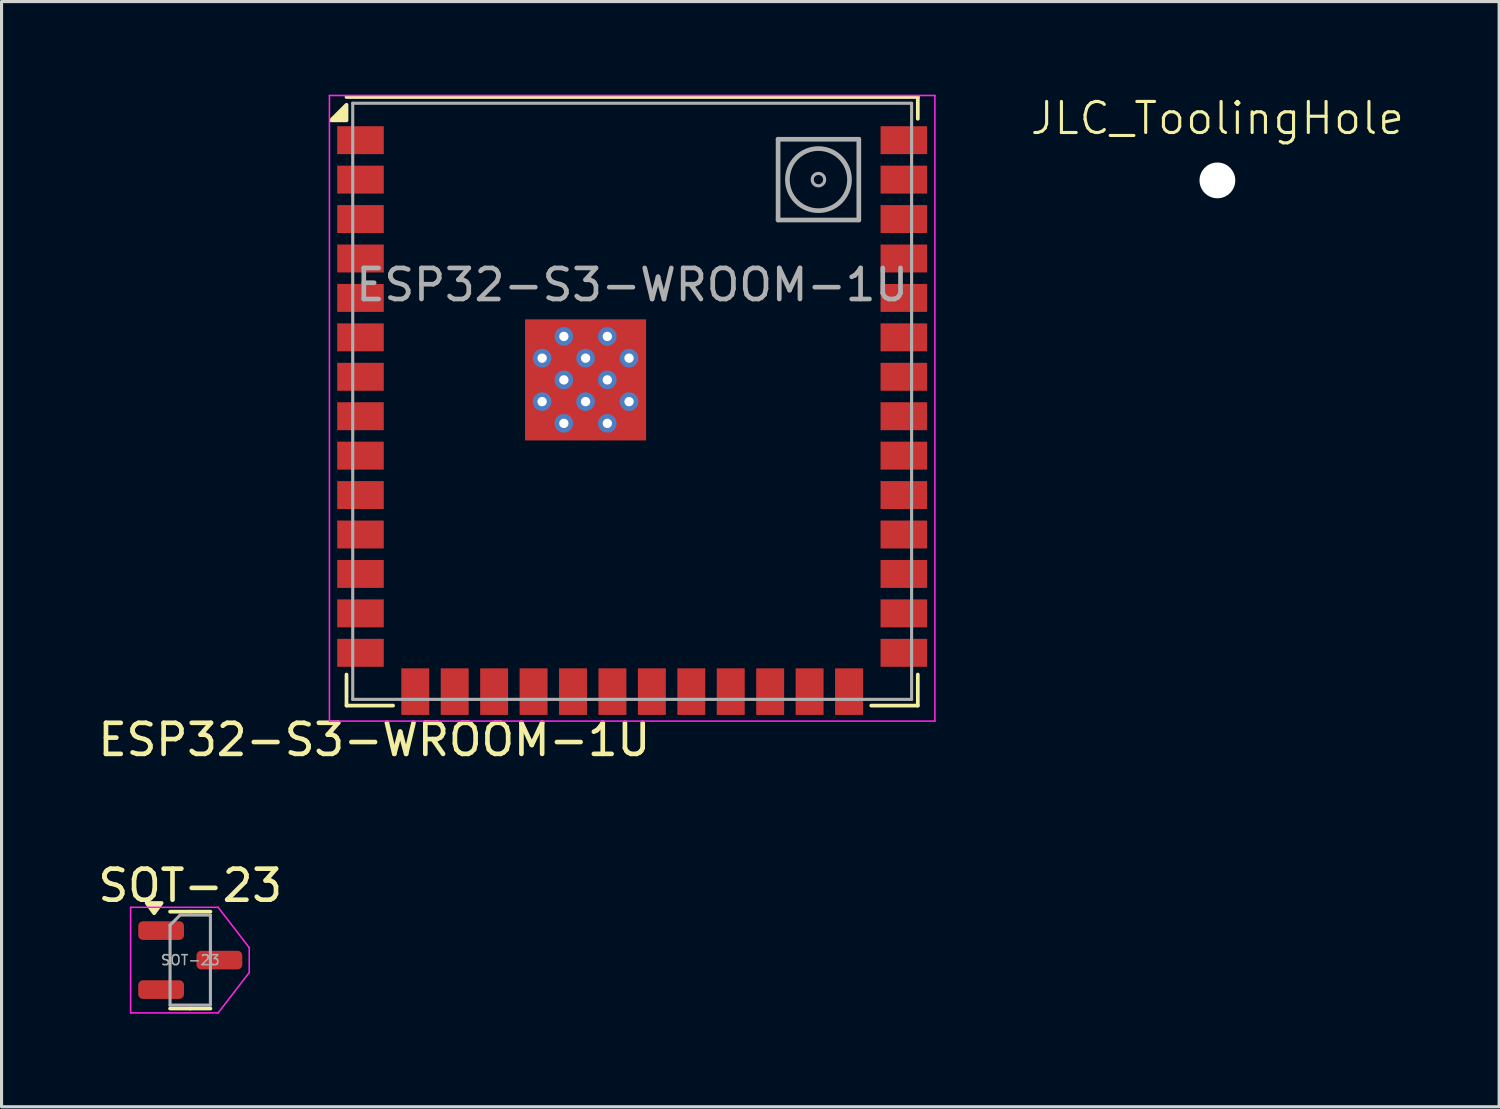
<source format=kicad_pcb>
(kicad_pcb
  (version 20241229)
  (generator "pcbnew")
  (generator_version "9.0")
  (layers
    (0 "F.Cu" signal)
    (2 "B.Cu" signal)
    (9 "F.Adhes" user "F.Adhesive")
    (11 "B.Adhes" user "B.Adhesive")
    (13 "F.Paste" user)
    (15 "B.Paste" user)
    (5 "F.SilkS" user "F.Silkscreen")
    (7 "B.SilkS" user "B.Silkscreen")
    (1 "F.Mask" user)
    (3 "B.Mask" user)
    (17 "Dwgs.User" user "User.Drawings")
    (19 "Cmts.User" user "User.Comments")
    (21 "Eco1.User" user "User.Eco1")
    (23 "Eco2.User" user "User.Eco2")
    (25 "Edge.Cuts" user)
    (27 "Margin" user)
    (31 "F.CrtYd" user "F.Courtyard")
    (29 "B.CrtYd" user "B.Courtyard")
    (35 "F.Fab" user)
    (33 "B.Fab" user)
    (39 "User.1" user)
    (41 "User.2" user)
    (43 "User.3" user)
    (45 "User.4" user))
  (footprint "SOT-23"
    (layer "F.Cu")
    (at 3.077 27.872)
    (property "Reference" "SOT-23" (at 0 -2.4 0) (layer "F.SilkS") (effects (font (size 1 1) (thickness 0.15))))
    (attr smd)
    (fp_line (start 0 -1.56) (end -0.65 -1.56) (stroke (width 0.12) (type solid)) (layer "F.SilkS"))
    (fp_line (start 0 -1.56) (end 0.65 -1.56) (stroke (width 0.12) (type solid)) (layer "F.SilkS"))
    (fp_line (start 0 1.56) (end -0.65 1.56) (stroke (width 0.12) (type solid)) (layer "F.SilkS"))
    (fp_line (start 0 1.56) (end 0.65 1.56) (stroke (width 0.12) (type solid)) (layer "F.SilkS"))
    (fp_poly (pts (xy -1.163 -1.51) (xy -1.403 -1.84) (xy -0.922 -1.84) (xy -1.163 -1.51)) (stroke (width 0.12) (type solid)) (fill yes) (layer "F.SilkS"))
    (fp_line (start -1.92 -1.7) (end -1.92 1.7) (stroke (width 0.05) (type solid)) (layer "F.CrtYd"))
    (fp_line (start -1.92 1.7) (end 0.9 1.7) (stroke (width 0.05) (type solid)) (layer "F.CrtYd"))
    (fp_line (start 0.9 -1.7) (end -1.92 -1.7) (stroke (width 0.05) (type solid)) (layer "F.CrtYd"))
    (fp_line (start 0.9 -1.7) (end 1.9 -0.4) (stroke (width 0.05) (type default)) (layer "F.CrtYd"))
    (fp_line (start 0.9 1.7) (end 1.9 0.4) (stroke (width 0.05) (type default)) (layer "F.CrtYd"))
    (fp_line (start 1.9 -0.4) (end 1.9 0.4) (stroke (width 0.05) (type default)) (layer "F.CrtYd"))
    (fp_line (start -0.65 -1.125) (end -0.325 -1.45) (stroke (width 0.1) (type solid)) (layer "F.Fab"))
    (fp_line (start -0.65 1.45) (end -0.65 -1.125) (stroke (width 0.1) (type solid)) (layer "F.Fab"))
    (fp_line (start -0.325 -1.45) (end 0.65 -1.45) (stroke (width 0.1) (type solid)) (layer "F.Fab"))
    (fp_line (start 0.65 -1.45) (end 0.65 1.45) (stroke (width 0.1) (type solid)) (layer "F.Fab"))
    (fp_line (start 0.65 1.45) (end -0.65 1.45) (stroke (width 0.1) (type solid)) (layer "F.Fab"))
    (fp_text user "${REFERENCE}" (at 0 0 0) (layer "F.Fab") (effects (font (size 0.32 0.32) (thickness 0.05))))
    (pad "1" smd roundrect (at -0.938 -0.95) (size 1.475 0.6) (layers "F.Cu" "F.Mask" "F.Paste") (roundrect_rratio 0.25))
    (pad "2" smd roundrect (at -0.938 0.95) (size 1.475 0.6) (layers "F.Cu" "F.Mask" "F.Paste") (roundrect_rratio 0.25))
    (pad "3" smd roundrect (at 0.938 0) (size 1.475 0.6) (layers "F.Cu" "F.Mask" "F.Paste") (roundrect_rratio 0.25)))
  (footprint "ESP32-S3-WROOM-1U"
    (layer "F.Cu")
    (at 17.31 9.875)
    (property "Reference" "ESP32-S3-WROOM-1U" (at -8.304 10.9 180) (layer "F.SilkS") (effects (font (size 1 1) (thickness 0.15))))
    (attr smd)
    (fp_line (start -9.2 -9.8) (end 9.2 -9.8) (stroke (width 0.12) (type solid)) (layer "F.SilkS"))
    (fp_line (start -9.2 8.8) (end -9.2 9.8) (stroke (width 0.12) (type solid)) (layer "F.SilkS"))
    (fp_line (start -9.2 9.8) (end -7.7 9.8) (stroke (width 0.12) (type solid)) (layer "F.SilkS"))
    (fp_line (start 9.2 -9.8) (end 9.2 -9.1) (stroke (width 0.12) (type solid)) (layer "F.SilkS"))
    (fp_line (start 9.2 9.8) (end 7.7 9.8) (stroke (width 0.12) (type solid)) (layer "F.SilkS"))
    (fp_line (start 9.2 9.8) (end 9.2 8.8) (stroke (width 0.12) (type solid)) (layer "F.SilkS"))
    (fp_poly (pts (xy -9.2 -9.05) (xy -9.7 -9.05) (xy -9.2 -9.55) (xy -9.2 -9.05)) (stroke (width 0.12) (type solid)) (fill yes) (layer "F.SilkS"))
    (fp_line (start -9.75 10.3) (end -9.75 -9.85) (stroke (width 0.05) (type solid)) (layer "F.CrtYd"))
    (fp_line (start -9.75 10.3) (end 9.75 10.3) (stroke (width 0.05) (type solid)) (layer "F.CrtYd"))
    (fp_line (start 9.75 -9.85) (end -9.75 -9.85) (stroke (width 0.05) (type solid)) (layer "F.CrtYd"))
    (fp_line (start 9.75 -9.85) (end 9.75 10.3) (stroke (width 0.05) (type solid)) (layer "F.CrtYd"))
    (fp_line (start -9 -9.6) (end 9 -9.6) (stroke (width 0.1) (type solid)) (layer "F.Fab"))
    (fp_line (start -9 9.6) (end -9 -9.6) (stroke (width 0.1) (type solid)) (layer "F.Fab"))
    (fp_line (start -9 9.6) (end 9 9.6) (stroke (width 0.1) (type solid)) (layer "F.Fab"))
    (fp_line (start 4.7 -8.44) (end 7.3 -8.44) (stroke (width 0.15) (type solid)) (layer "F.Fab"))
    (fp_line (start 4.7 -5.84) (end 4.7 -8.44) (stroke (width 0.15) (type solid)) (layer "F.Fab"))
    (fp_line (start 7.3 -8.44) (end 7.3 -5.84) (stroke (width 0.15) (type solid)) (layer "F.Fab"))
    (fp_line (start 7.3 -5.84) (end 4.7 -5.84) (stroke (width 0.15) (type solid)) (layer "F.Fab"))
    (fp_line (start 9 9.6) (end 9 -9.6) (stroke (width 0.1) (type solid)) (layer "F.Fab"))
    (fp_circle (center 6 -7.14) (end 6 -6.94) (stroke (width 0.1) (type solid)) (fill no) (layer "F.Fab"))
    (fp_circle (center 6 -7.14) (end 7 -7.14) (stroke (width 0.15) (type solid)) (fill no) (layer "F.Fab"))
    (fp_text user "${REFERENCE}" (at 0 -3.75 0) (layer "F.Fab") (effects (font (size 1 1) (thickness 0.15))))
    (pad "" smd rect (at -2.904 0.71) (size 0.9 0.9) (layers "F.Paste"))
    (pad "" smd rect (at -2.9 -2.09) (size 0.9 0.9) (layers "F.Paste"))
    (pad "" smd rect (at -2.9 -0.69) (size 0.9 0.9) (layers "F.Paste"))
    (pad "" smd rect (at -1.504 0.71) (size 0.9 0.9) (layers "F.Paste"))
    (pad "" smd rect (at -1.5 -2.09) (size 0.9 0.9) (layers "F.Paste"))
    (pad "" smd rect (at -1.5 -0.69) (size 0.9 0.9) (layers "F.Paste"))
    (pad "" smd rect (at -0.104 0.71) (size 0.9 0.9) (layers "F.Paste"))
    (pad "" smd rect (at -0.1 -2.09) (size 0.9 0.9) (layers "F.Paste"))
    (pad "" smd rect (at -0.1 -0.69) (size 0.9 0.9) (layers "F.Paste"))
    (pad "1" smd rect (at -8.75 -8.41) (size 1.5 0.9) (layers "F.Cu" "F.Mask" "F.Paste"))
    (pad "2" smd rect (at -8.75 -7.14) (size 1.5 0.9) (layers "F.Cu" "F.Mask" "F.Paste"))
    (pad "3" smd rect (at -8.75 -5.87) (size 1.5 0.9) (layers "F.Cu" "F.Mask" "F.Paste"))
    (pad "4" smd rect (at -8.75 -4.6) (size 1.5 0.9) (layers "F.Cu" "F.Mask" "F.Paste"))
    (pad "5" smd rect (at -8.75 -3.33) (size 1.5 0.9) (layers "F.Cu" "F.Mask" "F.Paste"))
    (pad "6" smd rect (at -8.75 -2.06) (size 1.5 0.9) (layers "F.Cu" "F.Mask" "F.Paste"))
    (pad "7" smd rect (at -8.75 -0.79) (size 1.5 0.9) (layers "F.Cu" "F.Mask" "F.Paste"))
    (pad "8" smd rect (at -8.75 0.48) (size 1.5 0.9) (layers "F.Cu" "F.Mask" "F.Paste"))
    (pad "9" smd rect (at -8.75 1.75) (size 1.5 0.9) (layers "F.Cu" "F.Mask" "F.Paste"))
    (pad "10" smd rect (at -8.75 3.02) (size 1.5 0.9) (layers "F.Cu" "F.Mask" "F.Paste"))
    (pad "11" smd rect (at -8.75 4.29) (size 1.5 0.9) (layers "F.Cu" "F.Mask" "F.Paste"))
    (pad "12" smd rect (at -8.75 5.56) (size 1.5 0.9) (layers "F.Cu" "F.Mask" "F.Paste"))
    (pad "13" smd rect (at -8.75 6.83) (size 1.5 0.9) (layers "F.Cu" "F.Mask" "F.Paste"))
    (pad "14" smd rect (at -8.75 8.1 180) (size 1.5 0.9) (layers "F.Cu" "F.Mask" "F.Paste"))
    (pad "15" smd rect (at -6.985 9.35 270) (size 1.5 0.9) (layers "F.Cu" "F.Mask" "F.Paste"))
    (pad "16" smd rect (at -5.715 9.35 270) (size 1.5 0.9) (layers "F.Cu" "F.Mask" "F.Paste"))
    (pad "17" smd rect (at -4.445 9.35 270) (size 1.5 0.9) (layers "F.Cu" "F.Mask" "F.Paste"))
    (pad "18" smd rect (at -3.175 9.35 270) (size 1.5 0.9) (layers "F.Cu" "F.Mask" "F.Paste"))
    (pad "19" smd rect (at -1.905 9.35 270) (size 1.5 0.9) (layers "F.Cu" "F.Mask" "F.Paste"))
    (pad "20" smd rect (at -0.635 9.35 270) (size 1.5 0.9) (layers "F.Cu" "F.Mask" "F.Paste"))
    (pad "21" smd rect (at 0.635 9.35 270) (size 1.5 0.9) (layers "F.Cu" "F.Mask" "F.Paste"))
    (pad "22" smd rect (at 1.905 9.35 270) (size 1.5 0.9) (layers "F.Cu" "F.Mask" "F.Paste"))
    (pad "23" smd rect (at 3.175 9.35 270) (size 1.5 0.9) (layers "F.Cu" "F.Mask" "F.Paste"))
    (pad "24" smd rect (at 4.445 9.35 270) (size 1.5 0.9) (layers "F.Cu" "F.Mask" "F.Paste"))
    (pad "25" smd rect (at 5.715 9.35 270) (size 1.5 0.9) (layers "F.Cu" "F.Mask" "F.Paste"))
    (pad "26" smd rect (at 6.985 9.35 270) (size 1.5 0.9) (layers "F.Cu" "F.Mask" "F.Paste"))
    (pad "27" smd rect (at 8.75 8.1) (size 1.5 0.9) (layers "F.Cu" "F.Mask" "F.Paste"))
    (pad "28" smd rect (at 8.75 6.83) (size 1.5 0.9) (layers "F.Cu" "F.Mask" "F.Paste"))
    (pad "29" smd rect (at 8.75 5.56) (size 1.5 0.9) (layers "F.Cu" "F.Mask" "F.Paste"))
    (pad "30" smd rect (at 8.75 4.29) (size 1.5 0.9) (layers "F.Cu" "F.Mask" "F.Paste"))
    (pad "31" smd rect (at 8.75 3.02) (size 1.5 0.9) (layers "F.Cu" "F.Mask" "F.Paste"))
    (pad "32" smd rect (at 8.75 1.75) (size 1.5 0.9) (layers "F.Cu" "F.Mask" "F.Paste"))
    (pad "33" smd rect (at 8.75 0.48) (size 1.5 0.9) (layers "F.Cu" "F.Mask" "F.Paste"))
    (pad "34" smd rect (at 8.75 -0.79) (size 1.5 0.9) (layers "F.Cu" "F.Mask" "F.Paste"))
    (pad "35" smd rect (at 8.75 -2.06) (size 1.5 0.9) (layers "F.Cu" "F.Mask" "F.Paste"))
    (pad "36" smd rect (at 8.75 -3.33) (size 1.5 0.9) (layers "F.Cu" "F.Mask" "F.Paste"))
    (pad "37" smd rect (at 8.75 -4.6) (size 1.5 0.9) (layers "F.Cu" "F.Mask" "F.Paste"))
    (pad "38" smd rect (at 8.75 -5.87) (size 1.5 0.9) (layers "F.Cu" "F.Mask" "F.Paste"))
    (pad "39" smd rect (at 8.75 -7.14) (size 1.5 0.9) (layers "F.Cu" "F.Mask" "F.Paste"))
    (pad "40" smd rect (at 8.75 -8.41) (size 1.5 0.9) (layers "F.Cu" "F.Mask" "F.Paste"))
    (pad "41" thru_hole circle (at -2.9 -1.39) (size 0.6 0.6) (drill 0.3) (property pad_prop_heatsink) (layers "*.Cu" "F.Mask"))
    (pad "41" thru_hole circle (at -2.9 0.01) (size 0.6 0.6) (drill 0.3) (property pad_prop_heatsink) (layers "*.Cu" "F.Mask"))
    (pad "41" thru_hole circle (at -2.2 -2.09) (size 0.6 0.6) (drill 0.3) (property pad_prop_heatsink) (layers "*.Cu" "F.Mask"))
    (pad "41" thru_hole circle (at -2.2 -0.69) (size 0.6 0.6) (drill 0.3) (property pad_prop_heatsink) (layers "*.Cu" "F.Mask"))
    (pad "41" thru_hole circle (at -2.2 0.71) (size 0.6 0.6) (drill 0.3) (property pad_prop_heatsink) (layers "*.Cu" "F.Mask"))
    (pad "41" thru_hole circle (at -1.5 -1.39) (size 0.6 0.6) (drill 0.3) (property pad_prop_heatsink) (layers "*.Cu" "F.Mask"))
    (pad "41" smd rect (at -1.5 -0.69) (size 3.9 3.9) (property pad_prop_heatsink) (layers "F.Cu" "F.Mask"))
    (pad "41" thru_hole circle (at -1.5 0.01) (size 0.6 0.6) (drill 0.3) (property pad_prop_heatsink) (layers "*.Cu" "F.Mask"))
    (pad "41" thru_hole circle (at -0.8 -2.09) (size 0.6 0.6) (drill 0.3) (property pad_prop_heatsink) (layers "*.Cu" "F.Mask"))
    (pad "41" thru_hole circle (at -0.8 -0.69) (size 0.6 0.6) (drill 0.3) (property pad_prop_heatsink) (layers "*.Cu" "F.Mask"))
    (pad "41" thru_hole circle (at -0.8 0.71) (size 0.6 0.6) (drill 0.3) (property pad_prop_heatsink) (layers "*.Cu" "F.Mask"))
    (pad "41" thru_hole circle (at -0.1 -1.39) (size 0.6 0.6) (drill 0.3) (property pad_prop_heatsink) (layers "*.Cu" "F.Mask"))
    (pad "41" thru_hole circle (at -0.1 0.01) (size 0.6 0.6) (drill 0.3) (property pad_prop_heatsink) (layers "*.Cu" "F.Mask")))
  (footprint "JLC_ToolingHole"
    (layer "F.Cu")
    (at 36.159 2.76)
    (property "Reference" "JLC_ToolingHole" (at 0 -2 0) (unlocked yes) (layer "F.SilkS") (effects (font (size 1 1) (thickness 0.1))))
    (attr through_hole board_only exclude_from_pos_files exclude_from_bom allow_missing_courtyard)
    (pad "" np_thru_hole circle (at 0 0) (size 1.152 1.152) (drill 1.152) (layers "*.Cu" "*.Mask")))
  (gr_rect
    (start -3 -3)
    (end 45.233 32.596)
    (stroke (width 0.1) (type default))
    (fill no)
    (layer "Edge.Cuts")))
</source>
